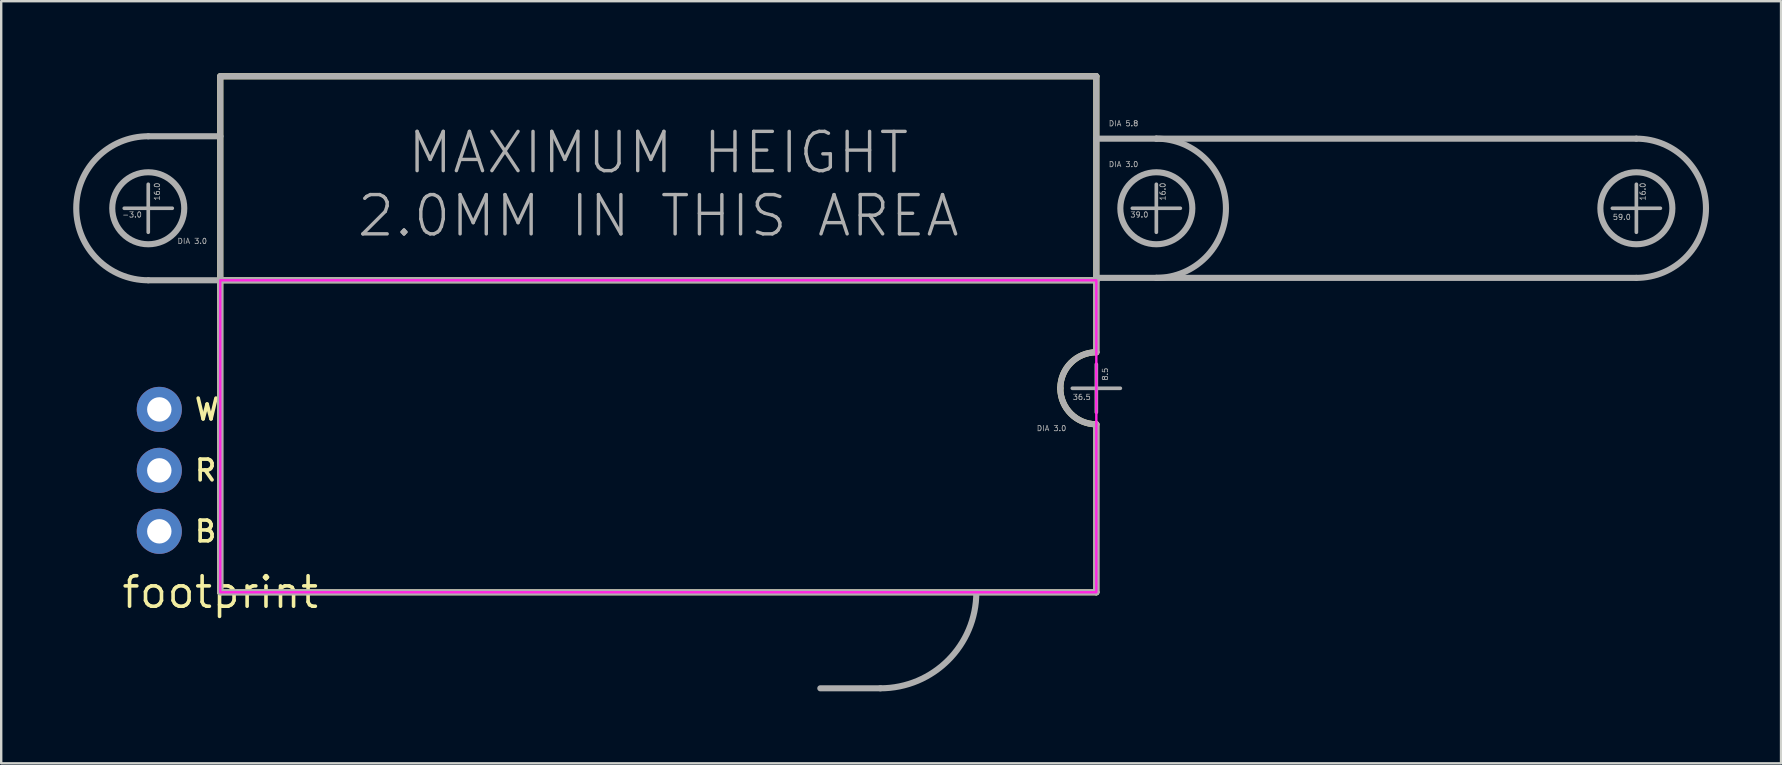
<source format=kicad_pcb>
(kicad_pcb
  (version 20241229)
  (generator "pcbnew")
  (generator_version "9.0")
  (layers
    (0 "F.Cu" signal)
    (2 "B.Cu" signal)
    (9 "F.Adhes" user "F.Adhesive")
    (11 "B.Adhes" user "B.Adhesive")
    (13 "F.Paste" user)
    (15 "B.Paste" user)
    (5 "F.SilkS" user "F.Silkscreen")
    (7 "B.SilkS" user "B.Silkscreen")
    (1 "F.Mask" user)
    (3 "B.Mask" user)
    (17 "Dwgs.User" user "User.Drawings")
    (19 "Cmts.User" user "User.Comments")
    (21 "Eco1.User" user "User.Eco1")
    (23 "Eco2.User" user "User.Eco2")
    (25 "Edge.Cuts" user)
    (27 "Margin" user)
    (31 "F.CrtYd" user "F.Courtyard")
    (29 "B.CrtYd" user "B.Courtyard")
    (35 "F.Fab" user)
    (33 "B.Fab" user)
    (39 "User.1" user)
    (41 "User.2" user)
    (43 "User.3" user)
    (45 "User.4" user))
  (footprint "footprint"
    (layer "F.Cu")
    (at 6.127 21.627)
    (property "Reference" "footprint" (at 0 0 0) (layer "F.SilkS") (effects (font (size 1.27 1.27) (thickness 0.15))))
    (fp_line (start 0 -21.5) (end 36.5 -21.5) (stroke (width 0.254) (type solid)) (layer "F.SilkS"))
    (fp_line (start 0 -13) (end 0 -21.5) (stroke (width 0.254) (type solid)) (layer "F.SilkS"))
    (fp_line (start 0 0) (end 0 -13) (stroke (width 0.254) (type solid)) (layer "F.SilkS"))
    (fp_line (start 36.5 -21.5) (end 36.5 -13) (stroke (width 0.254) (type solid)) (layer "F.SilkS"))
    (fp_line (start 36.5 -13) (end 0 -13) (stroke (width 0.254) (type solid)) (layer "F.SilkS"))
    (fp_line (start 36.5 -13) (end 36.5 -10) (stroke (width 0.254) (type solid)) (layer "F.SilkS"))
    (fp_line (start 36.5 -7) (end 36.5 0) (stroke (width 0.254) (type solid)) (layer "F.SilkS"))
    (fp_line (start 36.5 0) (end 0 0) (stroke (width 0.254) (type solid)) (layer "F.SilkS"))
    (fp_arc (start 35 -8.5) (mid 35.43934 -9.56066) (end 36.5 -10) (stroke (width 0.254) (type solid)) (layer "F.SilkS"))
    (fp_arc (start 36.5 -7) (mid 35.43934 -7.43934) (end 35 -8.5) (stroke (width 0.254) (type solid)) (layer "F.SilkS"))
    (fp_poly (pts (xy 0 0) (xy 36.5 0) (xy 36.5 -13) (xy 0 -13)) (stroke (width 0.1) (type solid)) (fill no) (layer "F.CrtYd"))
    (fp_line (start -4 -16) (end -2 -16) (stroke (width 0.152) (type solid)) (layer "F.Fab"))
    (fp_line (start -3 -19) (end 0 -19) (stroke (width 0.254) (type solid)) (layer "F.Fab"))
    (fp_line (start -3 -17) (end -3 -15) (stroke (width 0.152) (type solid)) (layer "F.Fab"))
    (fp_line (start 0 -21.5) (end 36.5 -21.5) (stroke (width 0.254) (type solid)) (layer "F.Fab"))
    (fp_line (start 0 -19) (end 0 -21.5) (stroke (width 0.254) (type solid)) (layer "F.Fab"))
    (fp_line (start 0 -13) (end -3 -13) (stroke (width 0.254) (type solid)) (layer "F.Fab"))
    (fp_line (start 0 -13) (end 0 -19) (stroke (width 0.254) (type solid)) (layer "F.Fab"))
    (fp_line (start 0 0) (end 0 -13) (stroke (width 0.254) (type solid)) (layer "F.Fab"))
    (fp_line (start 27.5 4) (end 25 4) (stroke (width 0.254) (type solid)) (layer "F.Fab"))
    (fp_line (start 31.5 0) (end 0 0) (stroke (width 0.254) (type solid)) (layer "F.Fab"))
    (fp_line (start 35.5 -8.5) (end 37.5 -8.5) (stroke (width 0.152) (type solid)) (layer "F.Fab"))
    (fp_line (start 36.5 -21.5) (end 36.5 -18.9) (stroke (width 0.254) (type solid)) (layer "F.Fab"))
    (fp_line (start 36.5 -18.9) (end 36.5 -13.1) (stroke (width 0.254) (type solid)) (layer "F.Fab"))
    (fp_line (start 36.5 -13.1) (end 36.5 -13) (stroke (width 0.254) (type solid)) (layer "F.Fab"))
    (fp_line (start 36.5 -13.1) (end 39 -13.1) (stroke (width 0.254) (type solid)) (layer "F.Fab"))
    (fp_line (start 36.5 -13) (end 0 -13) (stroke (width 0.254) (type solid)) (layer "F.Fab"))
    (fp_line (start 36.5 -13) (end 36.5 -10) (stroke (width 0.254) (type solid)) (layer "F.Fab"))
    (fp_line (start 36.5 -9.5) (end 36.5 -7.5) (stroke (width 0.152) (type solid)) (layer "F.Fab"))
    (fp_line (start 36.5 -7) (end 36.5 0) (stroke (width 0.254) (type solid)) (layer "F.Fab"))
    (fp_line (start 36.5 0) (end 31.5 0) (stroke (width 0.254) (type solid)) (layer "F.Fab"))
    (fp_line (start 38 -16) (end 40 -16) (stroke (width 0.152) (type solid)) (layer "F.Fab"))
    (fp_line (start 39 -18.9) (end 36.5 -18.9) (stroke (width 0.254) (type solid)) (layer "F.Fab"))
    (fp_line (start 39 -18.9) (end 59 -18.9) (stroke (width 0.254) (type solid)) (layer "F.Fab"))
    (fp_line (start 39 -17) (end 39 -15) (stroke (width 0.152) (type solid)) (layer "F.Fab"))
    (fp_line (start 39 -13.1) (end 59 -13.1) (stroke (width 0.254) (type solid)) (layer "F.Fab"))
    (fp_line (start 58 -16) (end 60 -16) (stroke (width 0.152) (type solid)) (layer "F.Fab"))
    (fp_line (start 59 -17) (end 59 -15) (stroke (width 0.152) (type solid)) (layer "F.Fab"))
    (fp_arc (start -3 -13) (mid -6 -16) (end -3 -19) (stroke (width 0.254) (type solid)) (layer "F.Fab"))
    (fp_arc (start 31.5 0) (mid 30.328427 2.828427) (end 27.5 4) (stroke (width 0.254) (type solid)) (layer "F.Fab"))
    (fp_arc (start 35 -8.5) (mid 35.43934 -9.56066) (end 36.5 -10) (stroke (width 0.254) (type solid)) (layer "F.Fab"))
    (fp_arc (start 36.5 -7) (mid 35.43934 -7.43934) (end 35 -8.5) (stroke (width 0.254) (type solid)) (layer "F.Fab"))
    (fp_arc (start 39 -18.9) (mid 41.9 -16) (end 39 -13.1) (stroke (width 0.254) (type solid)) (layer "F.Fab"))
    (fp_arc (start 59 -18.9) (mid 61.9 -16) (end 59 -13.1) (stroke (width 0.254) (type solid)) (layer "F.Fab"))
    (fp_circle (center -3 -16) (end -1.5 -16) (stroke (width 0.254) (type solid)) (fill no) (layer "F.Fab"))
    (fp_circle (center 39 -16) (end 40.5 -16) (stroke (width 0.254) (type solid)) (fill no) (layer "F.Fab"))
    (fp_circle (center 59 -16) (end 60.5 -16) (stroke (width 0.254) (type solid)) (fill no) (layer "F.Fab"))
    (fp_text user "R" (at -1.143 -4.572 0) (layer "F.SilkS") (effects (font (size 0.864 0.864) (thickness 0.152)) (justify left bottom)))
    (fp_text user "W" (at -1.143 -7.112 0) (layer "F.SilkS") (effects (font (size 0.864 0.864) (thickness 0.152)) (justify left bottom)))
    (fp_text user "B" (at -1.143 -2.032 0) (layer "F.SilkS") (effects (font (size 0.864 0.864) (thickness 0.152)) (justify left bottom)))
    (fp_text user "DIA 3.0" (at 37 -17.7 0) (layer "F.Fab") (effects (font (size 0.224 0.224) (thickness 0.03)) (justify left bottom)))
    (fp_text user "59.0" (at 58 -15.5 0) (layer "F.Fab") (effects (font (size 0.224 0.224) (thickness 0.03)) (justify left bottom)))
    (fp_text user "DIA 5.8" (at 37 -19.4 0) (layer "F.Fab") (effects (font (size 0.224 0.224) (thickness 0.03)) (justify left bottom)))
    (fp_text user "8.5" (at 37 -8.8 90) (layer "F.Fab") (effects (font (size 0.224 0.224) (thickness 0.03)) (justify left bottom)))
    (fp_text user "39.0" (at 37.9 -15.6 0) (layer "F.Fab") (effects (font (size 0.224 0.224) (thickness 0.03)) (justify left bottom)))
    (fp_text user "36.5" (at 35.5 -8 0) (layer "F.Fab") (effects (font (size 0.224 0.224) (thickness 0.03)) (justify left bottom)))
    (fp_text user "16.0" (at 59.4 -16.3 90) (layer "F.Fab") (effects (font (size 0.224 0.224) (thickness 0.03)) (justify left bottom)))
    (fp_text user "16.0" (at -2.5 -16.3 90) (layer "F.Fab") (effects (font (size 0.224 0.224) (thickness 0.03)) (justify left bottom)))
    (fp_text user "DIA 3.0" (at 34 -6.7 0) (layer "F.Fab") (effects (font (size 0.224 0.224) (thickness 0.03)) (justify left bottom)))
    (fp_text user "MAXIMUM HEIGHT\n2.0MM IN THIS AREA" (at 18.25 -17 0) (layer "F.Fab") (effects (font (size 1.636 1.636) (thickness 0.142))))
    (fp_text user "16.0" (at 39.4 -16.3 90) (layer "F.Fab") (effects (font (size 0.224 0.224) (thickness 0.03)) (justify left bottom)))
    (fp_text user "DIA 3.0" (at -1.8 -14.5 0) (layer "F.Fab") (effects (font (size 0.224 0.224) (thickness 0.03)) (justify left bottom)))
    (fp_text user "-3.0" (at -4.1 -15.6 0) (layer "F.Fab") (effects (font (size 0.224 0.224) (thickness 0.03)) (justify left bottom)))
    (pad "GND" thru_hole circle (at -2.54 -2.54) (size 1.88 1.88) (drill 1.016) (layers "*.Cu" "*.Mask"))
    (pad "PWM" thru_hole circle (at -2.54 -7.62) (size 1.88 1.88) (drill 1.016) (layers "*.Cu" "*.Mask"))
    (pad "VDC" thru_hole circle (at -2.54 -5.08) (size 1.88 1.88) (drill 1.016) (layers "*.Cu" "*.Mask")))
  (gr_rect
    (start -3 -3)
    (end 71.154 28.754)
    (stroke (width 0.1) (type default))
    (fill no)
    (layer "Edge.Cuts")))
</source>
